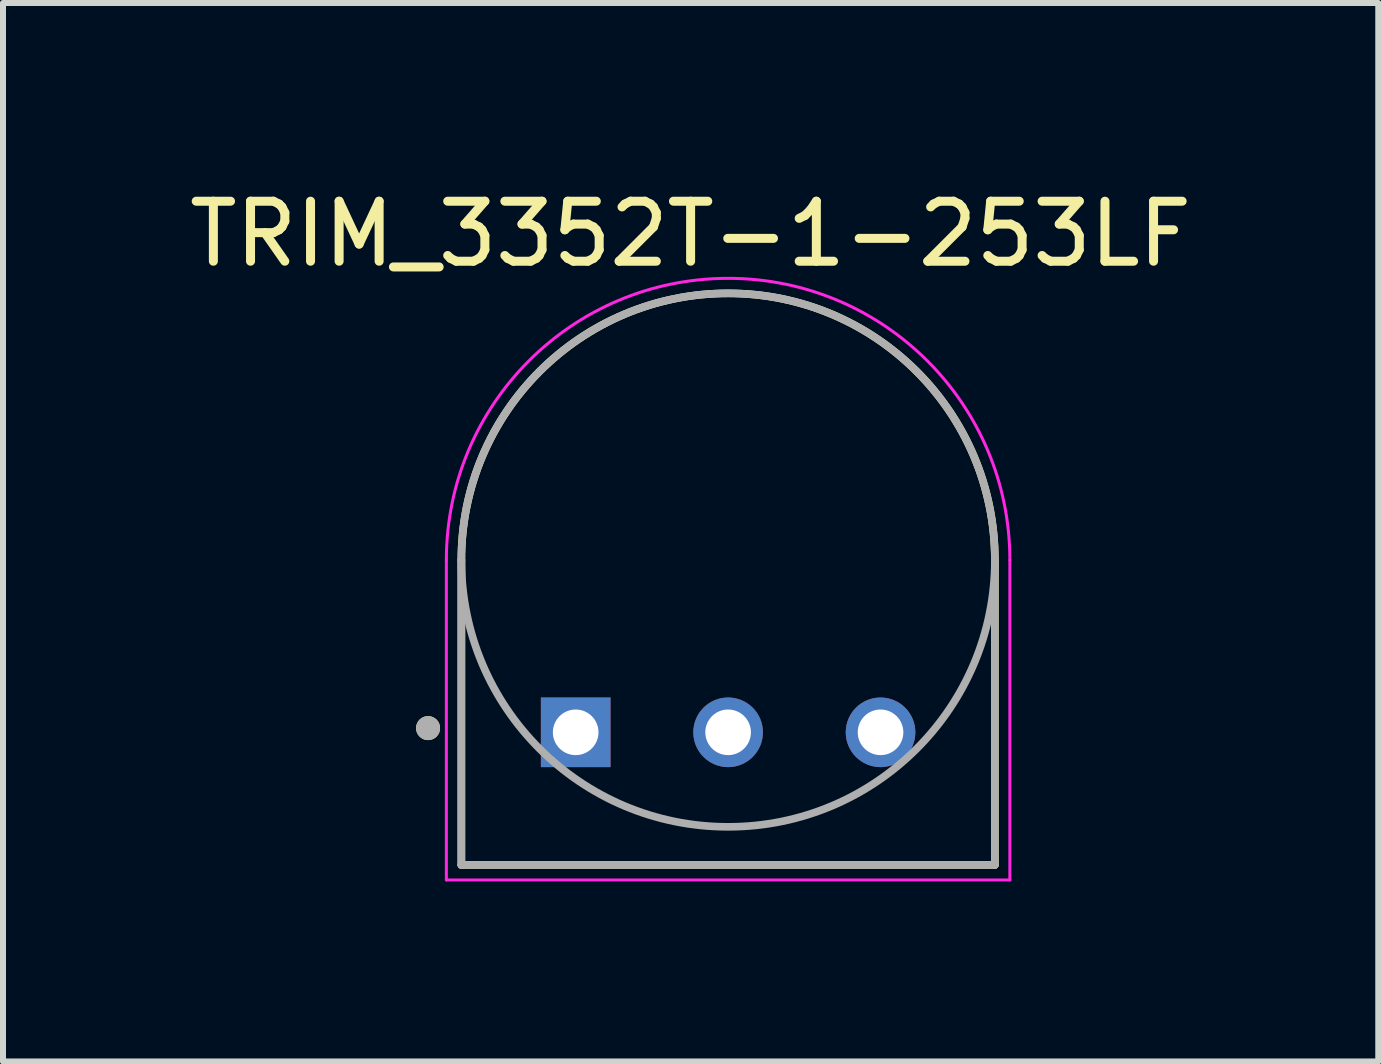
<source format=kicad_pcb>
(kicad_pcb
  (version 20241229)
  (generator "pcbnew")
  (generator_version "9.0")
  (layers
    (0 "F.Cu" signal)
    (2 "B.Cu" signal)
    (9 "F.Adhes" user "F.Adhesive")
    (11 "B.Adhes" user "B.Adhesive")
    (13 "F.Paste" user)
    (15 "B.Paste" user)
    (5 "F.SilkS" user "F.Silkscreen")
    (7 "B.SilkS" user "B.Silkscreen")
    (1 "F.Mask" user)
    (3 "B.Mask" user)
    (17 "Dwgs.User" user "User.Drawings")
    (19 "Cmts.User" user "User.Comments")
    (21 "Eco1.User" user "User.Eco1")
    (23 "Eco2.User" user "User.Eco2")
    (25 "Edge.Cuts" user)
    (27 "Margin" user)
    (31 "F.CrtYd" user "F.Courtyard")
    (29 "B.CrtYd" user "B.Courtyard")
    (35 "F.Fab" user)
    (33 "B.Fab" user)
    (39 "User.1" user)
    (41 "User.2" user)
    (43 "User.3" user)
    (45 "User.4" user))
  (footprint "TRIM_3352T-1-253LF"
    (layer "F.Cu")
    (at 9.083 6.283)
    (property "Reference" "TRIM_3352T-1-253LF" (at -0.625 -5.435 0) (layer "F.SilkS") (effects (font (size 1 1) (thickness 0.15))))
    (attr through_hole)
    (fp_line (start -4.445 0) (end -4.445 5.08) (stroke (width 0.127) (type solid)) (layer "F.SilkS"))
    (fp_line (start -4.445 5.08) (end 4.445 5.08) (stroke (width 0.127) (type solid)) (layer "F.SilkS"))
    (fp_line (start 4.445 0) (end 4.445 5.08) (stroke (width 0.127) (type solid)) (layer "F.SilkS"))
    (fp_arc (start -4.445 0) (mid 0 -4.445) (end 4.445 0) (stroke (width 0.127) (type solid)) (layer "F.SilkS"))
    (fp_circle (center -5 2.8) (end -4.9 2.8) (stroke (width 0.2) (type solid)) (fill no) (layer "F.SilkS"))
    (fp_line (start -4.695 0) (end -4.695 5.33) (stroke (width 0.05) (type solid)) (layer "F.CrtYd"))
    (fp_line (start -4.695 5.33) (end 4.695 5.33) (stroke (width 0.05) (type solid)) (layer "F.CrtYd"))
    (fp_line (start 4.695 5.33) (end 4.695 0) (stroke (width 0.05) (type solid)) (layer "F.CrtYd"))
    (fp_arc (start -4.695 0) (mid 0 -4.695) (end 4.695 0) (stroke (width 0.05) (type solid)) (layer "F.CrtYd"))
    (fp_line (start -4.445 0) (end -4.445 5.08) (stroke (width 0.127) (type solid)) (layer "F.Fab"))
    (fp_line (start -4.445 5.08) (end 4.445 5.08) (stroke (width 0.127) (type solid)) (layer "F.Fab"))
    (fp_line (start 4.445 5.08) (end 4.445 0) (stroke (width 0.127) (type solid)) (layer "F.Fab"))
    (fp_circle (center -5 2.8) (end -4.9 2.8) (stroke (width 0.2) (type solid)) (fill no) (layer "F.Fab"))
    (fp_circle (center 0 0) (end 4.445 0) (stroke (width 0.127) (type solid)) (fill no) (layer "F.Fab"))
    (pad "1" thru_hole rect (at -2.54 2.87) (size 1.16 1.16) (drill 0.76) (layers "*.Cu" "*.Mask"))
    (pad "2" thru_hole circle (at 0 2.87) (size 1.16 1.16) (drill 0.76) (layers "*.Cu" "*.Mask"))
    (pad "3" thru_hole circle (at 2.54 2.87) (size 1.16 1.16) (drill 0.76) (layers "*.Cu" "*.Mask")))
  (gr_rect
    (start -3 -3)
    (end 19.917 14.638)
    (stroke (width 0.1) (type default))
    (fill no)
    (layer "Edge.Cuts")))
</source>
